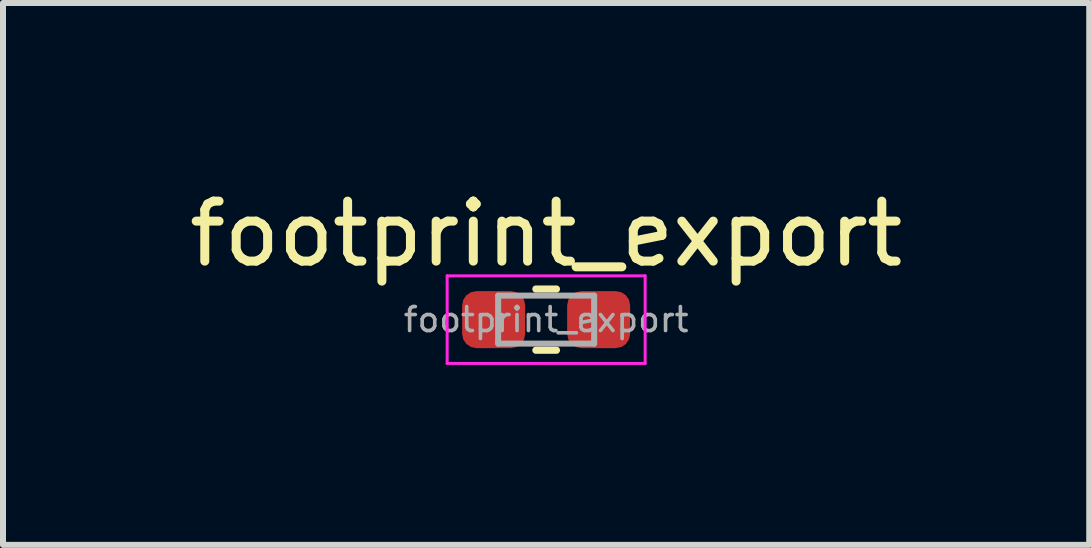
<source format=kicad_pcb>
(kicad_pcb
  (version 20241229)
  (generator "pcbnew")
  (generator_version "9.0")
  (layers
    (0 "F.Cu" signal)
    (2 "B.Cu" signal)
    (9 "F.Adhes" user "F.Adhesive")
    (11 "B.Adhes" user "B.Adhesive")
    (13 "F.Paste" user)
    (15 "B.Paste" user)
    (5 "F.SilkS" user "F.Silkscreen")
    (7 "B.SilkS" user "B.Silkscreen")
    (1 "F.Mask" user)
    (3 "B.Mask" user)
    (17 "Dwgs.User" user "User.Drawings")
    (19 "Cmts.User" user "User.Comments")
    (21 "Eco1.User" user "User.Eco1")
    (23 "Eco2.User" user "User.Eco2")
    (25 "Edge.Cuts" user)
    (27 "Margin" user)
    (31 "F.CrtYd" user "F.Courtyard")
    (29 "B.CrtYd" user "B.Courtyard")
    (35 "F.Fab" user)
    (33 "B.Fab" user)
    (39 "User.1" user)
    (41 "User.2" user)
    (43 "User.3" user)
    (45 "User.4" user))
  (footprint "footprint_export"
    (layer "F.Cu")
    (at 6.054 2.278)
    (property "Reference" "footprint_export" (at 0 -1.43 0) (layer "F.SilkS") (effects (font (size 1 1) (thickness 0.15))))
    (attr smd)
    (fp_line (start -0.171 -0.51) (end 0.171 -0.51) (stroke (width 0.12) (type solid)) (layer "F.SilkS"))
    (fp_line (start -0.171 0.51) (end 0.171 0.51) (stroke (width 0.12) (type solid)) (layer "F.SilkS"))
    (fp_line (start -1.65 -0.73) (end 1.65 -0.73) (stroke (width 0.05) (type solid)) (layer "F.CrtYd"))
    (fp_line (start -1.65 0.73) (end -1.65 -0.73) (stroke (width 0.05) (type solid)) (layer "F.CrtYd"))
    (fp_line (start 1.65 -0.73) (end 1.65 0.73) (stroke (width 0.05) (type solid)) (layer "F.CrtYd"))
    (fp_line (start 1.65 0.73) (end -1.65 0.73) (stroke (width 0.05) (type solid)) (layer "F.CrtYd"))
    (fp_line (start -0.8 -0.4) (end 0.8 -0.4) (stroke (width 0.1) (type solid)) (layer "F.Fab"))
    (fp_line (start -0.8 0.4) (end -0.8 -0.4) (stroke (width 0.1) (type solid)) (layer "F.Fab"))
    (fp_line (start 0.8 -0.4) (end 0.8 0.4) (stroke (width 0.1) (type solid)) (layer "F.Fab"))
    (fp_line (start 0.8 0.4) (end -0.8 0.4) (stroke (width 0.1) (type solid)) (layer "F.Fab"))
    (fp_text user "${REFERENCE}" (at 0 0 0) (layer "F.Fab") (effects (font (size 0.4 0.4) (thickness 0.06))))
    (pad "1" smd roundrect (at -0.875 0) (size 1.05 0.95) (layers "F.Cu" "F.Mask" "F.Paste") (roundrect_rratio 0.25))
    (pad "2" smd roundrect (at 0.875 0) (size 1.05 0.95) (layers "F.Cu" "F.Mask" "F.Paste") (roundrect_rratio 0.25)))
  (gr_rect
    (start -3 -3)
    (end 15.107 6.033)
    (stroke (width 0.1) (type default))
    (fill no)
    (layer "Edge.Cuts")))
</source>
